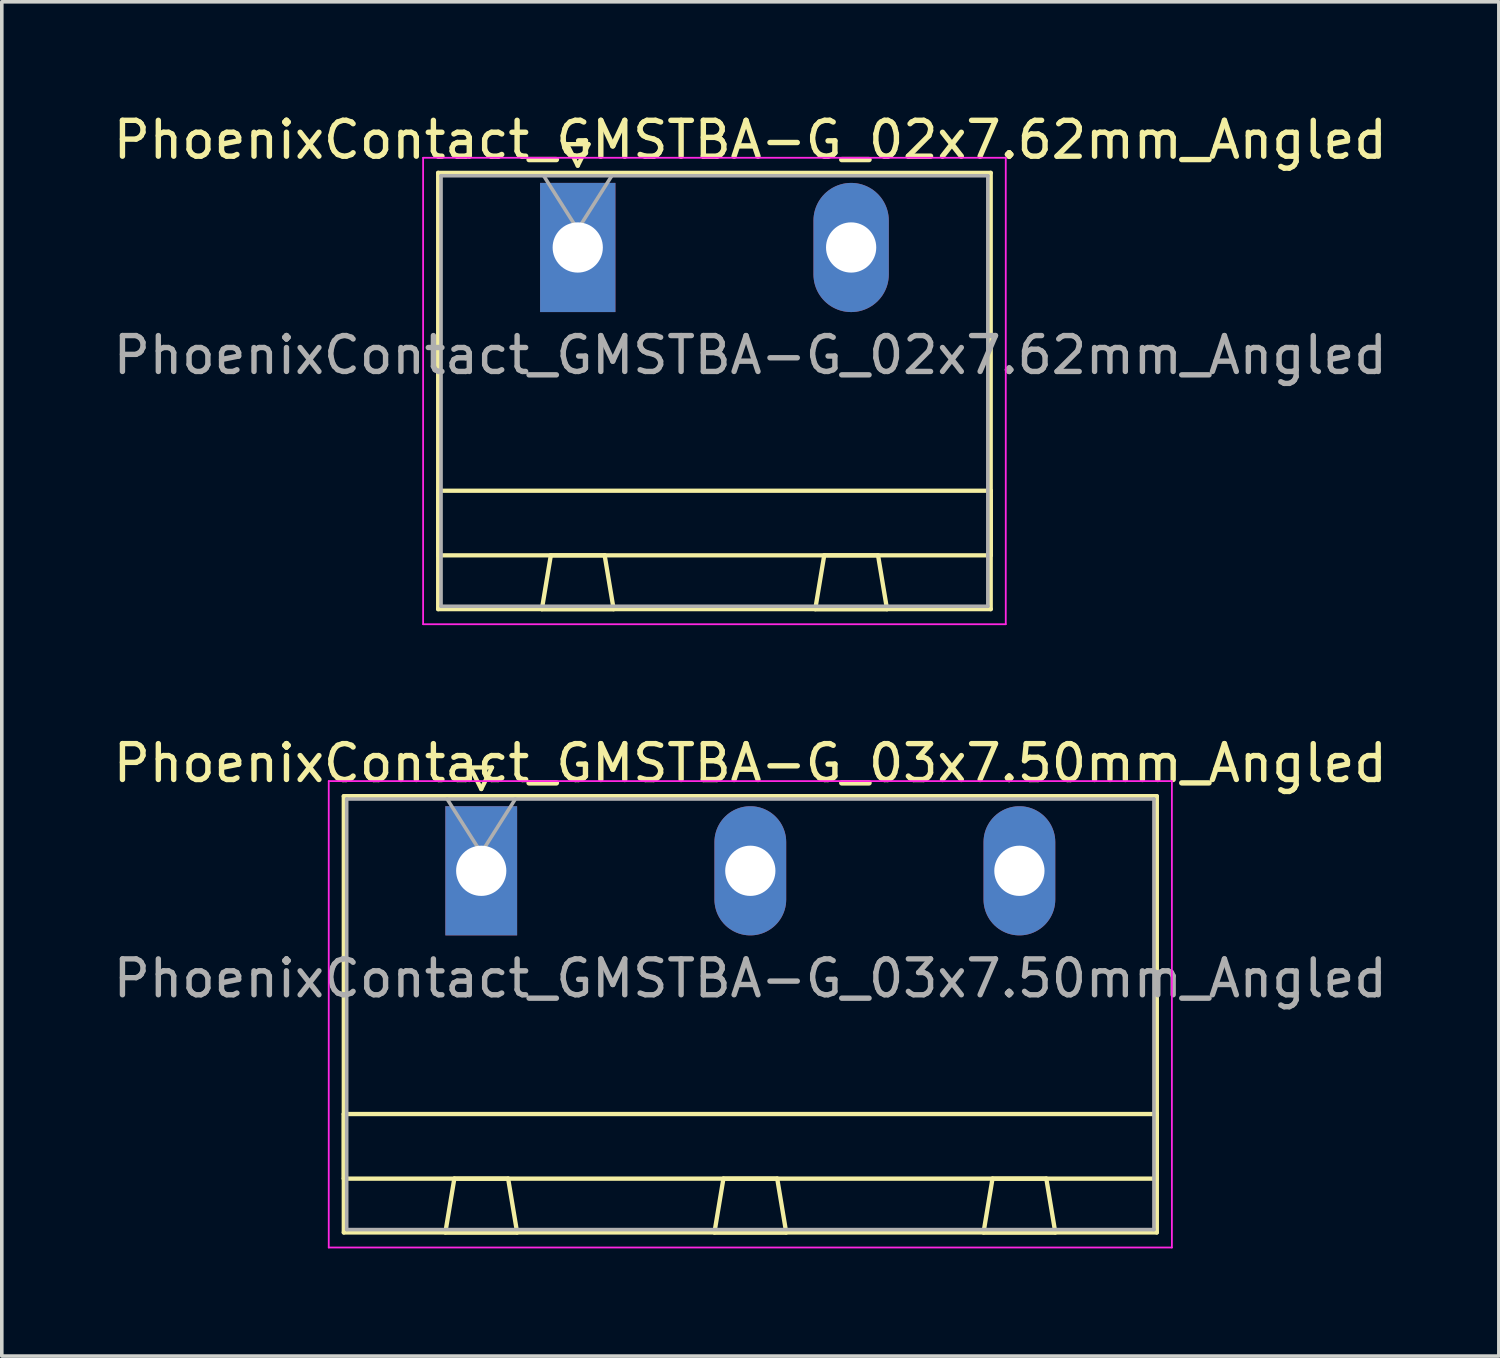
<source format=kicad_pcb>
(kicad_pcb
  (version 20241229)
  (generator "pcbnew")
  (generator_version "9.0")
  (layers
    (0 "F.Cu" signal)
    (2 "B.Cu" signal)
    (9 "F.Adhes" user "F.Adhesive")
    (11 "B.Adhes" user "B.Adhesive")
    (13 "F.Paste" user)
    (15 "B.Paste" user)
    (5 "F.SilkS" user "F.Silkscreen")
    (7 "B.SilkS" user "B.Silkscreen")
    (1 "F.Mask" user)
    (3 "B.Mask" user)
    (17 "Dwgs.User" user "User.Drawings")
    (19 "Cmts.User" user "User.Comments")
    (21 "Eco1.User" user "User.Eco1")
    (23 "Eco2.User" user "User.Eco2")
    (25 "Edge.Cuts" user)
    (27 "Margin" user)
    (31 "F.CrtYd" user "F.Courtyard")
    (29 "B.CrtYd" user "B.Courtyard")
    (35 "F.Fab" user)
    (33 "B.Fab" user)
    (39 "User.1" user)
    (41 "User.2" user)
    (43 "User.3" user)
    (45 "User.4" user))
  (footprint "PhoenixContact_GMSTBA-G_03x7.50mm_Angled"
    (layer "F.Cu")
    (at 10.363 21.221)
    (property "Reference" "PhoenixContact_GMSTBA-G_03x7.50mm_Angled" (at 7.5 -3 0) (layer "F.SilkS") (effects (font (size 1 1) (thickness 0.15))))
    (attr through_hole)
    (fp_line (start -3.83 -2.08) (end -3.83 10.08) (stroke (width 0.12) (type solid)) (layer "F.SilkS"))
    (fp_line (start -3.83 6.78) (end 18.83 6.78) (stroke (width 0.12) (type solid)) (layer "F.SilkS"))
    (fp_line (start -3.83 8.58) (end -3.83 6.78) (stroke (width 0.12) (type solid)) (layer "F.SilkS"))
    (fp_line (start -3.83 10.08) (end 18.83 10.08) (stroke (width 0.12) (type solid)) (layer "F.SilkS"))
    (fp_line (start -1 10.08) (end 1 10.08) (stroke (width 0.12) (type solid)) (layer "F.SilkS"))
    (fp_line (start -0.75 8.58) (end -1 10.08) (stroke (width 0.12) (type solid)) (layer "F.SilkS"))
    (fp_line (start -0.3 -2.88) (end 0.3 -2.88) (stroke (width 0.12) (type solid)) (layer "F.SilkS"))
    (fp_line (start 0 -2.28) (end -0.3 -2.88) (stroke (width 0.12) (type solid)) (layer "F.SilkS"))
    (fp_line (start 0.3 -2.88) (end 0 -2.28) (stroke (width 0.12) (type solid)) (layer "F.SilkS"))
    (fp_line (start 0.75 8.58) (end -0.75 8.58) (stroke (width 0.12) (type solid)) (layer "F.SilkS"))
    (fp_line (start 1 10.08) (end 0.75 8.58) (stroke (width 0.12) (type solid)) (layer "F.SilkS"))
    (fp_line (start 6.5 10.08) (end 8.5 10.08) (stroke (width 0.12) (type solid)) (layer "F.SilkS"))
    (fp_line (start 6.75 8.58) (end 6.5 10.08) (stroke (width 0.12) (type solid)) (layer "F.SilkS"))
    (fp_line (start 8.25 8.58) (end 6.75 8.58) (stroke (width 0.12) (type solid)) (layer "F.SilkS"))
    (fp_line (start 8.5 10.08) (end 8.25 8.58) (stroke (width 0.12) (type solid)) (layer "F.SilkS"))
    (fp_line (start 14 10.08) (end 16 10.08) (stroke (width 0.12) (type solid)) (layer "F.SilkS"))
    (fp_line (start 14.25 8.58) (end 14 10.08) (stroke (width 0.12) (type solid)) (layer "F.SilkS"))
    (fp_line (start 15.75 8.58) (end 14.25 8.58) (stroke (width 0.12) (type solid)) (layer "F.SilkS"))
    (fp_line (start 16 10.08) (end 15.75 8.58) (stroke (width 0.12) (type solid)) (layer "F.SilkS"))
    (fp_line (start 18.83 -2.08) (end -3.83 -2.08) (stroke (width 0.12) (type solid)) (layer "F.SilkS"))
    (fp_line (start 18.83 6.78) (end 18.83 8.58) (stroke (width 0.12) (type solid)) (layer "F.SilkS"))
    (fp_line (start 18.83 8.58) (end -3.83 8.58) (stroke (width 0.12) (type solid)) (layer "F.SilkS"))
    (fp_line (start 18.83 10.08) (end 18.83 -2.08) (stroke (width 0.12) (type solid)) (layer "F.SilkS"))
    (fp_line (start -4.25 -2.5) (end -4.25 10.5) (stroke (width 0.05) (type solid)) (layer "F.CrtYd"))
    (fp_line (start -4.25 10.5) (end 19.25 10.5) (stroke (width 0.05) (type solid)) (layer "F.CrtYd"))
    (fp_line (start 19.25 -2.5) (end -4.25 -2.5) (stroke (width 0.05) (type solid)) (layer "F.CrtYd"))
    (fp_line (start 19.25 10.5) (end 19.25 -2.5) (stroke (width 0.05) (type solid)) (layer "F.CrtYd"))
    (fp_line (start -3.75 -2) (end -3.75 10) (stroke (width 0.1) (type solid)) (layer "F.Fab"))
    (fp_line (start -3.75 10) (end 18.75 10) (stroke (width 0.1) (type solid)) (layer "F.Fab"))
    (fp_line (start 0 -0.5) (end -0.95 -2) (stroke (width 0.1) (type solid)) (layer "F.Fab"))
    (fp_line (start 0.95 -2) (end 0 -0.5) (stroke (width 0.1) (type solid)) (layer "F.Fab"))
    (fp_line (start 18.75 -2) (end -3.75 -2) (stroke (width 0.1) (type solid)) (layer "F.Fab"))
    (fp_line (start 18.75 10) (end 18.75 -2) (stroke (width 0.1) (type solid)) (layer "F.Fab"))
    (fp_text user "${REFERENCE}" (at 7.5 3 0) (layer "F.Fab") (effects (font (size 1 1) (thickness 0.15))))
    (pad "1" thru_hole rect (at 0 0) (size 2 3.6) (drill 1.4) (layers "*.Cu" "*.Mask"))
    (pad "2" thru_hole oval (at 7.5 0) (size 2 3.6) (drill 1.4) (layers "*.Cu" "*.Mask"))
    (pad "3" thru_hole oval (at 15 0) (size 2 3.6) (drill 1.4) (layers "*.Cu" "*.Mask")))
  (footprint "PhoenixContact_GMSTBA-G_02x7.62mm_Angled"
    (layer "F.Cu")
    (at 13.053 3.848)
    (property "Reference" "PhoenixContact_GMSTBA-G_02x7.62mm_Angled" (at 4.81 -3 0) (layer "F.SilkS") (effects (font (size 1 1) (thickness 0.15))))
    (attr through_hole)
    (fp_line (start -3.89 -2.08) (end -3.89 10.08) (stroke (width 0.12) (type solid)) (layer "F.SilkS"))
    (fp_line (start -3.89 6.78) (end 11.51 6.78) (stroke (width 0.12) (type solid)) (layer "F.SilkS"))
    (fp_line (start -3.89 8.58) (end -3.89 6.78) (stroke (width 0.12) (type solid)) (layer "F.SilkS"))
    (fp_line (start -3.89 10.08) (end 11.51 10.08) (stroke (width 0.12) (type solid)) (layer "F.SilkS"))
    (fp_line (start -1 10.08) (end 1 10.08) (stroke (width 0.12) (type solid)) (layer "F.SilkS"))
    (fp_line (start -0.75 8.58) (end -1 10.08) (stroke (width 0.12) (type solid)) (layer "F.SilkS"))
    (fp_line (start -0.3 -2.88) (end 0.3 -2.88) (stroke (width 0.12) (type solid)) (layer "F.SilkS"))
    (fp_line (start 0 -2.28) (end -0.3 -2.88) (stroke (width 0.12) (type solid)) (layer "F.SilkS"))
    (fp_line (start 0.3 -2.88) (end 0 -2.28) (stroke (width 0.12) (type solid)) (layer "F.SilkS"))
    (fp_line (start 0.75 8.58) (end -0.75 8.58) (stroke (width 0.12) (type solid)) (layer "F.SilkS"))
    (fp_line (start 1 10.08) (end 0.75 8.58) (stroke (width 0.12) (type solid)) (layer "F.SilkS"))
    (fp_line (start 6.62 10.08) (end 8.62 10.08) (stroke (width 0.12) (type solid)) (layer "F.SilkS"))
    (fp_line (start 6.87 8.58) (end 6.62 10.08) (stroke (width 0.12) (type solid)) (layer "F.SilkS"))
    (fp_line (start 8.37 8.58) (end 6.87 8.58) (stroke (width 0.12) (type solid)) (layer "F.SilkS"))
    (fp_line (start 8.62 10.08) (end 8.37 8.58) (stroke (width 0.12) (type solid)) (layer "F.SilkS"))
    (fp_line (start 11.51 -2.08) (end -3.89 -2.08) (stroke (width 0.12) (type solid)) (layer "F.SilkS"))
    (fp_line (start 11.51 6.78) (end 11.51 8.58) (stroke (width 0.12) (type solid)) (layer "F.SilkS"))
    (fp_line (start 11.51 8.58) (end -3.89 8.58) (stroke (width 0.12) (type solid)) (layer "F.SilkS"))
    (fp_line (start 11.51 10.08) (end 11.51 -2.08) (stroke (width 0.12) (type solid)) (layer "F.SilkS"))
    (fp_line (start -4.31 -2.5) (end -4.31 10.5) (stroke (width 0.05) (type solid)) (layer "F.CrtYd"))
    (fp_line (start -4.31 10.5) (end 11.93 10.5) (stroke (width 0.05) (type solid)) (layer "F.CrtYd"))
    (fp_line (start 11.93 -2.5) (end -4.31 -2.5) (stroke (width 0.05) (type solid)) (layer "F.CrtYd"))
    (fp_line (start 11.93 10.5) (end 11.93 -2.5) (stroke (width 0.05) (type solid)) (layer "F.CrtYd"))
    (fp_line (start -3.81 -2) (end -3.81 10) (stroke (width 0.1) (type solid)) (layer "F.Fab"))
    (fp_line (start -3.81 10) (end 11.43 10) (stroke (width 0.1) (type solid)) (layer "F.Fab"))
    (fp_line (start 0 -0.5) (end -0.95 -2) (stroke (width 0.1) (type solid)) (layer "F.Fab"))
    (fp_line (start 0.95 -2) (end 0 -0.5) (stroke (width 0.1) (type solid)) (layer "F.Fab"))
    (fp_line (start 11.43 -2) (end -3.81 -2) (stroke (width 0.1) (type solid)) (layer "F.Fab"))
    (fp_line (start 11.43 10) (end 11.43 -2) (stroke (width 0.1) (type solid)) (layer "F.Fab"))
    (fp_text user "${REFERENCE}" (at 4.81 3 0) (layer "F.Fab") (effects (font (size 1 1) (thickness 0.15))))
    (pad "1" thru_hole rect (at 0 0) (size 2.1 3.6) (drill 1.4) (layers "*.Cu" "*.Mask"))
    (pad "2" thru_hole oval (at 7.62 0) (size 2.1 3.6) (drill 1.4) (layers "*.Cu" "*.Mask")))
  (gr_rect
    (start -3 -3)
    (end 38.726 34.746)
    (stroke (width 0.1) (type default))
    (fill no)
    (layer "Edge.Cuts")))
</source>
